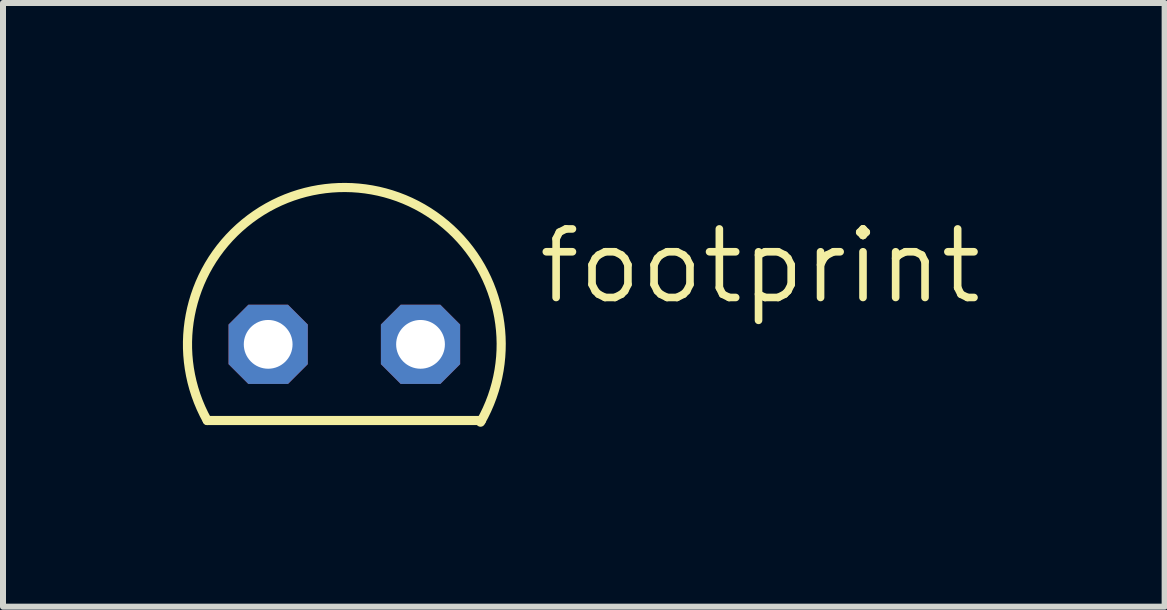
<source format=kicad_pcb>
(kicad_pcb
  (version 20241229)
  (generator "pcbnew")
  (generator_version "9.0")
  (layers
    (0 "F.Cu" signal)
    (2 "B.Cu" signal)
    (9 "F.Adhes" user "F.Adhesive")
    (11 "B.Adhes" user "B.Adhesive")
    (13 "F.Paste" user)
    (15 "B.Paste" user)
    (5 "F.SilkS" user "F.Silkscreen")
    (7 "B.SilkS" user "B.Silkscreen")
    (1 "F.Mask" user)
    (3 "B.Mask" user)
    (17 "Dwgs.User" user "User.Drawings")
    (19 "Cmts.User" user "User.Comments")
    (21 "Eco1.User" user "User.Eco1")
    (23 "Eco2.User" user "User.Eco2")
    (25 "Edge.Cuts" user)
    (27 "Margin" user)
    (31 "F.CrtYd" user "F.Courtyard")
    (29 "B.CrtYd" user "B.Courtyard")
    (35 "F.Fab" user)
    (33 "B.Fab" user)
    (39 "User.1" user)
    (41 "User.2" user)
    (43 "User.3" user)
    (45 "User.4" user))
  (footprint "footprint"
    (layer "F.Cu")
    (at 2.691 2.691)
    (property "Reference" "footprint" (at 3.175 -0.635 0) (layer "F.SilkS") (effects (font (size 1.143 1.143) (thickness 0.127)) (justify left bottom)))
    (fp_line (start -2.286 1.27) (end 2.286 1.27) (stroke (width 0.152) (type solid)) (layer "F.SilkS"))
    (fp_arc (start -2.286 1.27) (mid 0.015696 -2.615017) (end 2.270501 1.297401) (stroke (width 0.1524) (type solid)) (layer "F.SilkS"))
    (pad "1" thru_hole roundrect (at -1.27 0) (size 1.321 1.321) (drill 0.813) (layers "*.Cu" "*.Mask") (roundrect_rratio 0.25) (chamfer_ratio 0.25) (chamfer top_left top_right bottom_left bottom_right))
    (pad "2" thru_hole roundrect (at 1.27 0) (size 1.321 1.321) (drill 0.813) (layers "*.Cu" "*.Mask") (roundrect_rratio 0.25) (chamfer_ratio 0.25) (chamfer top_left top_right bottom_left bottom_right)))
  (gr_rect
    (start -3 -3)
    (end 16.367 7.065)
    (stroke (width 0.1) (type default))
    (fill no)
    (layer "Edge.Cuts")))
</source>
